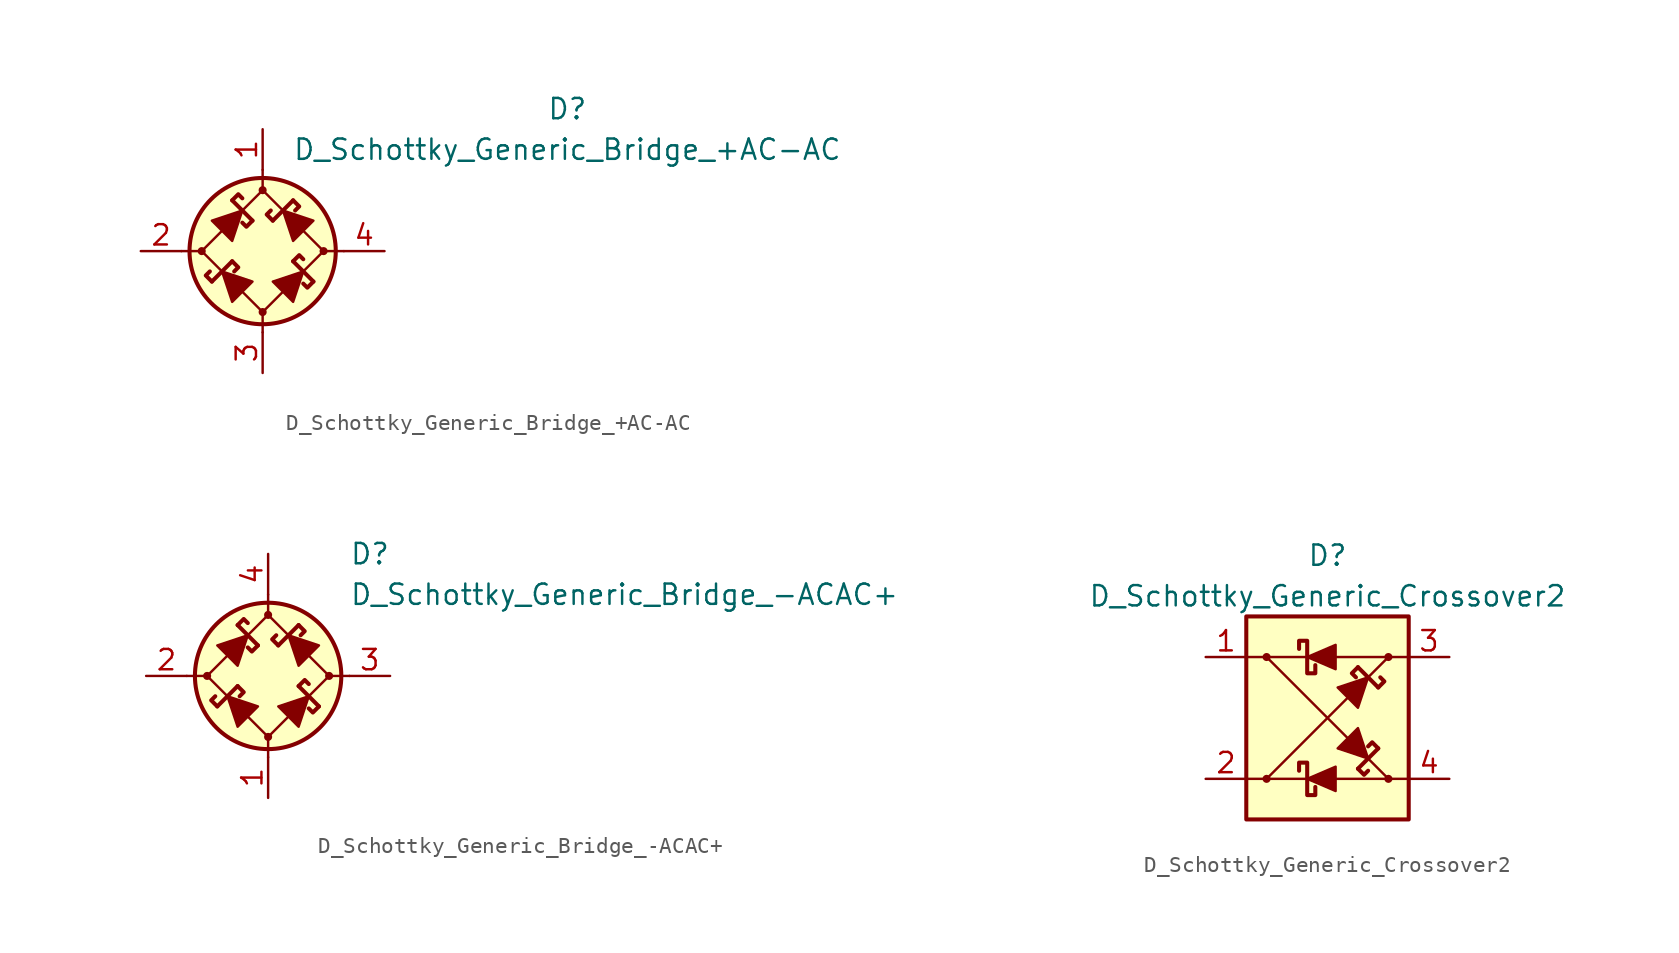
<source format=kicad_sym>
(kicad_symbol_lib
  (version 20201005)
  (generator kicad_symbol_editor)
  (symbol "Diode_Schottky_AKL:D_Schottky_Generic_Bridge_+AC-AC"
    (pin_names
      (offset 1.016) hide)
    (property "Reference" "D"
      (at 19.05 8.89 0)
      (effects (font (size 1.27 1.27))))
    (property "Value" "D_Schottky_Generic_Bridge_+AC-AC"
      (at 19.05 6.35 0)
      (effects (font (size 1.27 1.27))))
    (symbol "D_Schottky_Generic_Bridge_+AC-AC_0_1"
      (circle (center -3.81 0) (radius 0.178) (stroke (width 0)) (fill (type outline)))
      (circle (center 0 0) (radius 4.572) (stroke (width 0.254)) (fill (type background)))
      (polyline (pts (xy -5.08 0) (xy -3.81 0)) (stroke (width 0)) (fill (type none)))
      (polyline (pts (xy -1.905 -0.635) (xy -3.175 -1.905)) (stroke (width 0.254)) (fill (type none)))
      (polyline (pts (xy -1.905 3.175) (xy -0.635 1.905)) (stroke (width 0.254)) (fill (type none)))
      (polyline (pts (xy 0 -5.08) (xy 0 -3.81)) (stroke (width 0)) (fill (type none)))
      (polyline (pts (xy 0 5.08) (xy 0 3.81)) (stroke (width 0)) (fill (type none)))
      (polyline (pts (xy 0.635 1.905) (xy 1.905 3.175)) (stroke (width 0.254)) (fill (type none)))
      (polyline (pts (xy 3.175 -1.905) (xy 1.905 -0.635)) (stroke (width 0.254)) (fill (type none)))
      (polyline (pts (xy 5.08 0) (xy 3.81 0)) (stroke (width 0)) (fill (type none)))
      (polyline (pts (xy 0 3.81) (xy -3.81 0) (xy 0 -3.81) (xy 3.81 0) (xy 0 3.81)) (stroke (width 0)) (fill (type none)))
      (polyline (pts (xy -2.54 -1.27) (xy -1.905 -3.175) (xy -0.635 -1.905) (xy -2.54 -1.27)) (stroke (width 0)) (fill (type outline)))
      (polyline (pts (xy -1.27 2.54) (xy -1.905 0.635) (xy -3.175 1.905) (xy -1.27 2.54)) (stroke (width 0)) (fill (type outline)))
      (polyline (pts (xy 1.27 2.54) (xy 3.175 1.905) (xy 1.905 0.635) (xy 1.27 2.54)) (stroke (width 0)) (fill (type outline)))
      (polyline (pts (xy 2.54 -1.27) (xy 0.635 -1.905) (xy 1.905 -3.175) (xy 2.54 -1.27)) (stroke (width 0)) (fill (type outline))))
    (symbol "D_Schottky_Generic_Bridge_+AC-AC_1_1"
      (circle (center 0 -3.81) (radius 0.178) (stroke (width 0)) (fill (type outline)))
      (circle (center 0 3.81) (radius 0.178) (stroke (width 0)) (fill (type outline)))
      (circle (center 3.81 0) (radius 0.178) (stroke (width 0)) (fill (type outline)))
      (polyline (pts (xy -3.175 -1.905) (xy -3.556 -1.524) (xy -3.302 -1.27)) (stroke (width 0.254)) (fill (type none)))
      (polyline (pts (xy -1.905 -0.635) (xy -1.524 -1.016) (xy -1.778 -1.27)) (stroke (width 0.254)) (fill (type none)))
      (polyline (pts (xy -1.905 3.175) (xy -1.524 3.556) (xy -1.27 3.302)) (stroke (width 0.254)) (fill (type none)))
      (polyline (pts (xy -0.635 1.905) (xy -1.016 1.524) (xy -1.27 1.778)) (stroke (width 0.254)) (fill (type none)))
      (polyline (pts (xy 0.635 1.905) (xy 0.254 2.286) (xy 0.508 2.54)) (stroke (width 0.254)) (fill (type none)))
      (polyline (pts (xy 1.905 -0.635) (xy 2.286 -0.254) (xy 2.54 -0.508)) (stroke (width 0.254)) (fill (type none)))
      (polyline (pts (xy 1.905 3.175) (xy 2.286 2.794) (xy 2.032 2.54)) (stroke (width 0.254)) (fill (type none)))
      (polyline (pts (xy 3.175 -1.905) (xy 2.794 -2.286) (xy 2.54 -2.032)) (stroke (width 0.254)) (fill (type none)))
      (pin passive line (at 0 7.62 270) (length 2.54) (name "+" (effects (font (size 1.27 1.27)))) (number "1" (effects (font (size 1.27 1.27)))))
      (pin passive line (at -7.62 0 0) (length 2.54) (name "1" (effects (font (size 1.27 1.27)))) (number "2" (effects (font (size 1.27 1.27)))))
      (pin passive line (at 0 -7.62 90) (length 2.54) (name "-" (effects (font (size 1.27 1.27)))) (number "3" (effects (font (size 1.27 1.27)))))
      (pin passive line (at 7.62 0 180) (length 2.54) (name "2" (effects (font (size 1.27 1.27)))) (number "4" (effects (font (size 1.27 1.27)))))))
  (symbol "Diode_Schottky_AKL:D_Schottky_Generic_Bridge_-ACAC+"
    (pin_names
      (offset 1.016) hide)
    (property "Reference" "D"
      (at 5.08 7.62 0)
      (effects (font (size 1.27 1.27)) (justify left)))
    (property "Value" "D_Schottky_Generic_Bridge_-ACAC+"
      (at 5.08 5.08 0)
      (effects (font (size 1.27 1.27)) (justify left)))
    (symbol "D_Schottky_Generic_Bridge_-ACAC+_0_1"
      (circle (center -3.81 0) (radius 0.178) (stroke (width 0)) (fill (type outline)))
      (circle (center 0 0) (radius 4.572) (stroke (width 0.254)) (fill (type background)))
      (polyline (pts (xy -5.08 0) (xy -3.81 0)) (stroke (width 0)) (fill (type none)))
      (polyline (pts (xy -1.905 -0.635) (xy -3.175 -1.905)) (stroke (width 0.254)) (fill (type none)))
      (polyline (pts (xy -1.905 3.175) (xy -0.635 1.905)) (stroke (width 0.254)) (fill (type none)))
      (polyline (pts (xy 0 -5.08) (xy 0 -3.81)) (stroke (width 0)) (fill (type none)))
      (polyline (pts (xy 0 5.08) (xy 0 3.81)) (stroke (width 0)) (fill (type none)))
      (polyline (pts (xy 0.635 1.905) (xy 1.905 3.175)) (stroke (width 0.254)) (fill (type none)))
      (polyline (pts (xy 3.175 -1.905) (xy 1.905 -0.635)) (stroke (width 0.254)) (fill (type none)))
      (polyline (pts (xy 5.08 0) (xy 3.81 0)) (stroke (width 0)) (fill (type none)))
      (polyline (pts (xy 0 3.81) (xy -3.81 0) (xy 0 -3.81) (xy 3.81 0) (xy 0 3.81)) (stroke (width 0)) (fill (type none)))
      (polyline (pts (xy -2.54 -1.27) (xy -1.905 -3.175) (xy -0.635 -1.905) (xy -2.54 -1.27)) (stroke (width 0)) (fill (type outline)))
      (polyline (pts (xy -1.27 2.54) (xy -1.905 0.635) (xy -3.175 1.905) (xy -1.27 2.54)) (stroke (width 0)) (fill (type outline)))
      (polyline (pts (xy 1.27 2.54) (xy 3.175 1.905) (xy 1.905 0.635) (xy 1.27 2.54)) (stroke (width 0)) (fill (type outline)))
      (polyline (pts (xy 2.54 -1.27) (xy 0.635 -1.905) (xy 1.905 -3.175) (xy 2.54 -1.27)) (stroke (width 0)) (fill (type outline))))
    (symbol "D_Schottky_Generic_Bridge_-ACAC+_1_1"
      (circle (center 0 -3.81) (radius 0.178) (stroke (width 0)) (fill (type outline)))
      (circle (center 0 3.81) (radius 0.178) (stroke (width 0)) (fill (type outline)))
      (circle (center 3.81 0) (radius 0.178) (stroke (width 0)) (fill (type outline)))
      (polyline (pts (xy -3.175 -1.905) (xy -3.556 -1.524) (xy -3.302 -1.27)) (stroke (width 0.254)) (fill (type none)))
      (polyline (pts (xy -1.905 -0.635) (xy -1.524 -1.016) (xy -1.778 -1.27)) (stroke (width 0.254)) (fill (type none)))
      (polyline (pts (xy -1.905 3.175) (xy -1.524 3.556) (xy -1.27 3.302)) (stroke (width 0.254)) (fill (type none)))
      (polyline (pts (xy -0.635 1.905) (xy -1.016 1.524) (xy -1.27 1.778)) (stroke (width 0.254)) (fill (type none)))
      (polyline (pts (xy 0.635 1.905) (xy 0.254 2.286) (xy 0.508 2.54)) (stroke (width 0.254)) (fill (type none)))
      (polyline (pts (xy 1.905 -0.635) (xy 2.286 -0.254) (xy 2.54 -0.508)) (stroke (width 0.254)) (fill (type none)))
      (polyline (pts (xy 1.905 3.175) (xy 2.286 2.794) (xy 2.032 2.54)) (stroke (width 0.254)) (fill (type none)))
      (polyline (pts (xy 3.175 -1.905) (xy 2.794 -2.286) (xy 2.54 -2.032)) (stroke (width 0.254)) (fill (type none)))
      (pin passive line (at 0 -7.62 90) (length 2.54) (name "-" (effects (font (size 1.27 1.27)))) (number "1" (effects (font (size 1.27 1.27)))))
      (pin passive line (at -7.62 0 0) (length 2.54) (name "1" (effects (font (size 1.27 1.27)))) (number "2" (effects (font (size 1.27 1.27)))))
      (pin passive line (at 7.62 0 180) (length 2.54) (name "2" (effects (font (size 1.27 1.27)))) (number "3" (effects (font (size 1.27 1.27)))))
      (pin passive line (at 0 7.62 270) (length 2.54) (name "+" (effects (font (size 1.27 1.27)))) (number "4" (effects (font (size 1.27 1.27)))))))
  (symbol "Diode_Schottky_AKL:D_Schottky_Generic_Crossover2"
    (pin_names
      (offset 1.016) hide)
    (property "Reference" "D"
      (at 0 10.16 0)
      (effects (font (size 1.27 1.27))))
    (property "Value" "D_Schottky_Generic_Crossover2"
      (at 0 7.62 0)
      (effects (font (size 1.27 1.27))))
    (symbol "D_Schottky_Generic_Crossover2_0_1"
      (circle (center -3.81 3.81) (radius 0.178) (stroke (width 0)) (fill (type outline)))
      (polyline (pts (xy -5.08 -3.81) (xy -1.27 -3.81)) (stroke (width 0)) (fill (type none)))
      (polyline (pts (xy -3.81 -3.81) (xy 3.81 3.81)) (stroke (width 0)) (fill (type none)))
      (polyline (pts (xy -1.27 3.81) (xy -5.08 3.81)) (stroke (width 0)) (fill (type none)))
      (polyline (pts (xy 1.905 -3.175) (xy 3.175 -1.905)) (stroke (width 0.254)) (fill (type none)))
      (polyline (pts (xy 3.175 1.905) (xy 1.905 3.175)) (stroke (width 0.254)) (fill (type none)))
      (polyline (pts (xy 3.81 -3.81) (xy -3.81 3.81)) (stroke (width 0)) (fill (type none)))
      (polyline (pts (xy 5.08 3.81) (xy 0.508 3.81)) (stroke (width 0)) (fill (type none)))
      (polyline (pts (xy -0.762 3.302) (xy -0.762 2.794) (xy -1.27 2.794) (xy -1.27 4.826) (xy -1.778 4.826) (xy -1.778 4.318)) (stroke (width 0.254)) (fill (type none)))
      (polyline (pts (xy 0.508 4.572) (xy 0.508 3.048) (xy -1.27 3.81) (xy 0.508 4.572)) (stroke (width 0)) (fill (type outline)))
      (polyline (pts (xy 2.54 -2.54) (xy 1.905 -0.635) (xy 0.635 -1.905) (xy 2.54 -2.54)) (stroke (width 0)) (fill (type outline)))
      (polyline (pts (xy 2.54 2.54) (xy 0.635 1.905) (xy 1.905 0.635) (xy 2.54 2.54)) (stroke (width 0)) (fill (type outline))))
    (symbol "D_Schottky_Generic_Crossover2_1_1"
      (circle (center -3.81 -3.81) (radius 0.178) (stroke (width 0)) (fill (type outline)))
      (circle (center 3.81 -3.81) (radius 0.178) (stroke (width 0)) (fill (type outline)))
      (circle (center 3.81 3.81) (radius 0.178) (stroke (width 0)) (fill (type outline)))
      (rectangle (start -5.08 6.35) (end 5.08 -6.35) (stroke (width 0.254)) (fill (type background)))
      (polyline (pts (xy 5.08 -3.81) (xy 0.508 -3.81)) (stroke (width 0)) (fill (type none)))
      (polyline (pts (xy 1.905 -3.175) (xy 2.286 -3.556) (xy 2.54 -3.302)) (stroke (width 0.254)) (fill (type none)))
      (polyline (pts (xy 1.905 3.175) (xy 1.524 2.794) (xy 1.778 2.54)) (stroke (width 0.254)) (fill (type none)))
      (polyline (pts (xy 3.175 -1.905) (xy 2.794 -1.524) (xy 2.54 -1.778)) (stroke (width 0.254)) (fill (type none)))
      (polyline (pts (xy 3.175 1.905) (xy 3.556 2.286) (xy 3.302 2.54)) (stroke (width 0.254)) (fill (type none)))
      (polyline (pts (xy -0.762 -4.318) (xy -0.762 -4.826) (xy -1.27 -4.826) (xy -1.27 -2.794) (xy -1.778 -2.794) (xy -1.778 -3.302)) (stroke (width 0.254)) (fill (type none)))
      (polyline (pts (xy 0.508 -3.048) (xy 0.508 -4.572) (xy -1.27 -3.81) (xy 0.508 -3.048)) (stroke (width 0)) (fill (type outline)))
      (pin passive line (at -7.62 3.81 0) (length 2.54) (name "1" (effects (font (size 1.27 1.27)))) (number "1" (effects (font (size 1.27 1.27)))))
      (pin passive line (at -7.62 -3.81 0) (length 2.54) (name "2" (effects (font (size 1.27 1.27)))) (number "2" (effects (font (size 1.27 1.27)))))
      (pin passive line (at 7.62 3.81 180) (length 2.54) (name "3" (effects (font (size 1.27 1.27)))) (number "3" (effects (font (size 1.27 1.27)))))
      (pin passive line (at 7.62 -3.81 180) (length 2.54) (name "4" (effects (font (size 1.27 1.27)))) (number "4" (effects (font (size 1.27 1.27))))))))
</source>
